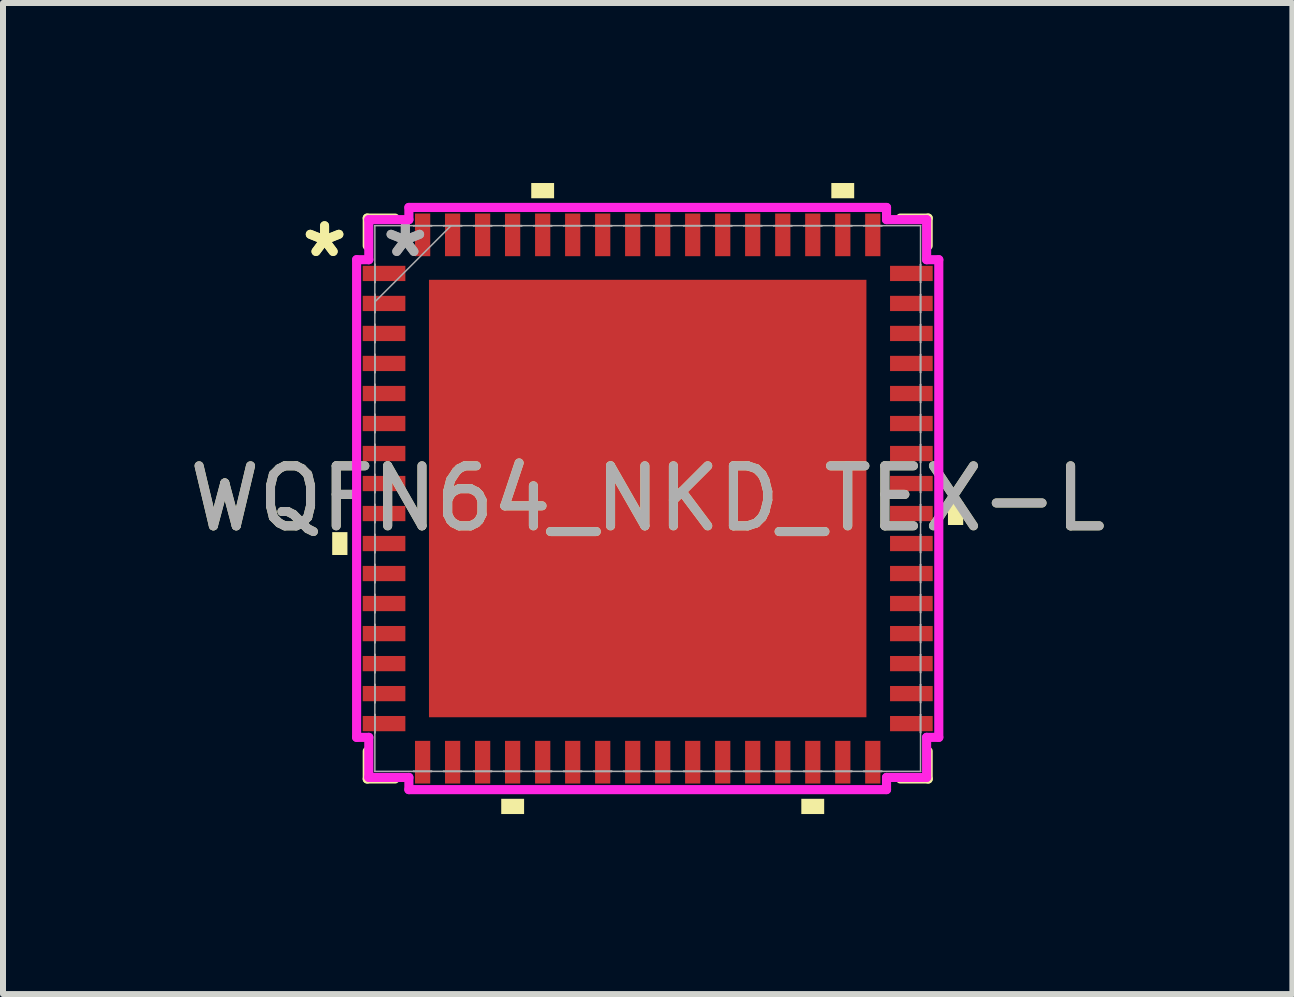
<source format=kicad_pcb>
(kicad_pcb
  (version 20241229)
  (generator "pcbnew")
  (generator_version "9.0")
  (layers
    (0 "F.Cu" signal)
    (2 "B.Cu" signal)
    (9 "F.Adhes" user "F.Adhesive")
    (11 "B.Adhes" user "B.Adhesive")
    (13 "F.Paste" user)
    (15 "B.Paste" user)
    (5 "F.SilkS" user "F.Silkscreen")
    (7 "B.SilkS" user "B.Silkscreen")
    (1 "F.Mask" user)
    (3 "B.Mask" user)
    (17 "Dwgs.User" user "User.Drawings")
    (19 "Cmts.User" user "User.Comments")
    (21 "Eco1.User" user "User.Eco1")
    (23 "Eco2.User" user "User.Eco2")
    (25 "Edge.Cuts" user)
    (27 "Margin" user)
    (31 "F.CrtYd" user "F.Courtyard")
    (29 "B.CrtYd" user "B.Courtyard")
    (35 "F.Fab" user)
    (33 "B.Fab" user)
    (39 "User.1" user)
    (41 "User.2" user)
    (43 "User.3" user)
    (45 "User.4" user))
  (footprint "WQFN64_NKD_TEX-L"
    (layer "F.Cu")
    (at 7.744 5.258)
    (property "Reference" "WQFN64_NKD_TEX-L" (at 0 0 0) (unlocked yes) (layer "F.SilkS") (effects (font (size 1 1) (thickness 0.15))))
    (attr smd)
    (fp_line (start -4.674 -4.674) (end -4.674 -4.211) (stroke (width 0.152) (type solid)) (layer "F.SilkS"))
    (fp_line (start -4.674 4.211) (end -4.674 4.674) (stroke (width 0.152) (type solid)) (layer "F.SilkS"))
    (fp_line (start -4.674 4.674) (end -4.211 4.674) (stroke (width 0.152) (type solid)) (layer "F.SilkS"))
    (fp_line (start -4.211 -4.674) (end -4.674 -4.674) (stroke (width 0.152) (type solid)) (layer "F.SilkS"))
    (fp_line (start 4.211 4.674) (end 4.674 4.674) (stroke (width 0.152) (type solid)) (layer "F.SilkS"))
    (fp_line (start 4.674 -4.674) (end 4.211 -4.674) (stroke (width 0.152) (type solid)) (layer "F.SilkS"))
    (fp_line (start 4.674 -4.211) (end 4.674 -4.674) (stroke (width 0.152) (type solid)) (layer "F.SilkS"))
    (fp_line (start 4.674 4.674) (end 4.674 4.211) (stroke (width 0.152) (type solid)) (layer "F.SilkS"))
    (fp_poly (pts (xy -5.258 0.56) (xy -5.258 0.941) (xy -5.004 0.941) (xy -5.004 0.56)) (stroke (width 0) (type solid)) (fill yes) (layer "F.SilkS"))
    (fp_poly (pts (xy -2.441 5.004) (xy -2.441 5.258) (xy -2.06 5.258) (xy -2.06 5.004)) (stroke (width 0) (type solid)) (fill yes) (layer "F.SilkS"))
    (fp_poly (pts (xy -1.941 -5.004) (xy -1.941 -5.258) (xy -1.56 -5.258) (xy -1.56 -5.004)) (stroke (width 0) (type solid)) (fill yes) (layer "F.SilkS"))
    (fp_poly (pts (xy 2.56 5.004) (xy 2.56 5.258) (xy 2.941 5.258) (xy 2.941 5.004)) (stroke (width 0) (type solid)) (fill yes) (layer "F.SilkS"))
    (fp_poly (pts (xy 3.06 -5.004) (xy 3.06 -5.258) (xy 3.441 -5.258) (xy 3.441 -5.004)) (stroke (width 0) (type solid)) (fill yes) (layer "F.SilkS"))
    (fp_poly (pts (xy 5.258 0.06) (xy 5.258 0.441) (xy 5.004 0.441) (xy 5.004 0.06)) (stroke (width 0) (type solid)) (fill yes) (layer "F.SilkS"))
    (fp_poly (pts (xy -3.545 -3.545) (xy -3.545 -2.287) (xy -2.287 -2.287) (xy -2.287 -3.545)) (stroke (width 0) (type solid)) (fill yes) (layer "F.Paste"))
    (fp_poly (pts (xy -3.545 -2.087) (xy -3.545 -0.829) (xy -2.287 -0.829) (xy -2.287 -2.087)) (stroke (width 0) (type solid)) (fill yes) (layer "F.Paste"))
    (fp_poly (pts (xy -3.545 -0.629) (xy -3.545 0.629) (xy -2.287 0.629) (xy -2.287 -0.629)) (stroke (width 0) (type solid)) (fill yes) (layer "F.Paste"))
    (fp_poly (pts (xy -3.545 0.829) (xy -3.545 2.087) (xy -2.287 2.087) (xy -2.287 0.829)) (stroke (width 0) (type solid)) (fill yes) (layer "F.Paste"))
    (fp_poly (pts (xy -3.545 2.287) (xy -3.545 3.545) (xy -2.287 3.545) (xy -2.287 2.287)) (stroke (width 0) (type solid)) (fill yes) (layer "F.Paste"))
    (fp_poly (pts (xy -2.087 -3.545) (xy -2.087 -2.287) (xy -0.829 -2.287) (xy -0.829 -3.545)) (stroke (width 0) (type solid)) (fill yes) (layer "F.Paste"))
    (fp_poly (pts (xy -2.087 -2.087) (xy -2.087 -0.829) (xy -0.829 -0.829) (xy -0.829 -2.087)) (stroke (width 0) (type solid)) (fill yes) (layer "F.Paste"))
    (fp_poly (pts (xy -2.087 -0.629) (xy -2.087 0.629) (xy -0.829 0.629) (xy -0.829 -0.629)) (stroke (width 0) (type solid)) (fill yes) (layer "F.Paste"))
    (fp_poly (pts (xy -2.087 0.829) (xy -2.087 2.087) (xy -0.829 2.087) (xy -0.829 0.829)) (stroke (width 0) (type solid)) (fill yes) (layer "F.Paste"))
    (fp_poly (pts (xy -2.087 2.287) (xy -2.087 3.545) (xy -0.829 3.545) (xy -0.829 2.287)) (stroke (width 0) (type solid)) (fill yes) (layer "F.Paste"))
    (fp_poly (pts (xy -0.629 -3.545) (xy -0.629 -2.287) (xy 0.629 -2.287) (xy 0.629 -3.545)) (stroke (width 0) (type solid)) (fill yes) (layer "F.Paste"))
    (fp_poly (pts (xy -0.629 -2.087) (xy -0.629 -0.829) (xy 0.629 -0.829) (xy 0.629 -2.087)) (stroke (width 0) (type solid)) (fill yes) (layer "F.Paste"))
    (fp_poly (pts (xy -0.629 -0.629) (xy -0.629 0.629) (xy 0.629 0.629) (xy 0.629 -0.629)) (stroke (width 0) (type solid)) (fill yes) (layer "F.Paste"))
    (fp_poly (pts (xy -0.629 0.829) (xy -0.629 2.087) (xy 0.629 2.087) (xy 0.629 0.829)) (stroke (width 0) (type solid)) (fill yes) (layer "F.Paste"))
    (fp_poly (pts (xy -0.629 2.287) (xy -0.629 3.545) (xy 0.629 3.545) (xy 0.629 2.287)) (stroke (width 0) (type solid)) (fill yes) (layer "F.Paste"))
    (fp_poly (pts (xy 0.829 -3.545) (xy 0.829 -2.287) (xy 2.087 -2.287) (xy 2.087 -3.545)) (stroke (width 0) (type solid)) (fill yes) (layer "F.Paste"))
    (fp_poly (pts (xy 0.829 -2.087) (xy 0.829 -0.829) (xy 2.087 -0.829) (xy 2.087 -2.087)) (stroke (width 0) (type solid)) (fill yes) (layer "F.Paste"))
    (fp_poly (pts (xy 0.829 -0.629) (xy 0.829 0.629) (xy 2.087 0.629) (xy 2.087 -0.629)) (stroke (width 0) (type solid)) (fill yes) (layer "F.Paste"))
    (fp_poly (pts (xy 0.829 0.829) (xy 0.829 2.087) (xy 2.087 2.087) (xy 2.087 0.829)) (stroke (width 0) (type solid)) (fill yes) (layer "F.Paste"))
    (fp_poly (pts (xy 0.829 2.287) (xy 0.829 3.545) (xy 2.087 3.545) (xy 2.087 2.287)) (stroke (width 0) (type solid)) (fill yes) (layer "F.Paste"))
    (fp_poly (pts (xy 2.287 -3.545) (xy 2.287 -2.287) (xy 3.545 -2.287) (xy 3.545 -3.545)) (stroke (width 0) (type solid)) (fill yes) (layer "F.Paste"))
    (fp_poly (pts (xy 2.287 -2.087) (xy 2.287 -0.829) (xy 3.545 -0.829) (xy 3.545 -2.087)) (stroke (width 0) (type solid)) (fill yes) (layer "F.Paste"))
    (fp_poly (pts (xy 2.287 -0.629) (xy 2.287 0.629) (xy 3.545 0.629) (xy 3.545 -0.629)) (stroke (width 0) (type solid)) (fill yes) (layer "F.Paste"))
    (fp_poly (pts (xy 2.287 0.829) (xy 2.287 2.087) (xy 3.545 2.087) (xy 3.545 0.829)) (stroke (width 0) (type solid)) (fill yes) (layer "F.Paste"))
    (fp_poly (pts (xy 2.287 2.287) (xy 2.287 3.545) (xy 3.545 3.545) (xy 3.545 2.287)) (stroke (width 0) (type solid)) (fill yes) (layer "F.Paste"))
    (fp_line (start -4.851 -3.98) (end -4.648 -3.98) (stroke (width 0.152) (type solid)) (layer "F.CrtYd"))
    (fp_line (start -4.851 3.98) (end -4.851 -3.98) (stroke (width 0.152) (type solid)) (layer "F.CrtYd"))
    (fp_line (start -4.648 -4.648) (end -3.98 -4.648) (stroke (width 0.152) (type solid)) (layer "F.CrtYd"))
    (fp_line (start -4.648 -3.98) (end -4.648 -4.648) (stroke (width 0.152) (type solid)) (layer "F.CrtYd"))
    (fp_line (start -4.648 3.98) (end -4.851 3.98) (stroke (width 0.152) (type solid)) (layer "F.CrtYd"))
    (fp_line (start -4.648 4.648) (end -4.648 3.98) (stroke (width 0.152) (type solid)) (layer "F.CrtYd"))
    (fp_line (start -3.98 -4.851) (end 3.98 -4.851) (stroke (width 0.152) (type solid)) (layer "F.CrtYd"))
    (fp_line (start -3.98 -4.648) (end -3.98 -4.851) (stroke (width 0.152) (type solid)) (layer "F.CrtYd"))
    (fp_line (start -3.98 4.648) (end -4.648 4.648) (stroke (width 0.152) (type solid)) (layer "F.CrtYd"))
    (fp_line (start -3.98 4.851) (end -3.98 4.648) (stroke (width 0.152) (type solid)) (layer "F.CrtYd"))
    (fp_line (start 3.98 -4.851) (end 3.98 -4.648) (stroke (width 0.152) (type solid)) (layer "F.CrtYd"))
    (fp_line (start 3.98 -4.648) (end 4.648 -4.648) (stroke (width 0.152) (type solid)) (layer "F.CrtYd"))
    (fp_line (start 3.98 4.648) (end 3.98 4.851) (stroke (width 0.152) (type solid)) (layer "F.CrtYd"))
    (fp_line (start 3.98 4.851) (end -3.98 4.851) (stroke (width 0.152) (type solid)) (layer "F.CrtYd"))
    (fp_line (start 4.648 -4.648) (end 4.648 -3.98) (stroke (width 0.152) (type solid)) (layer "F.CrtYd"))
    (fp_line (start 4.648 -3.98) (end 4.851 -3.98) (stroke (width 0.152) (type solid)) (layer "F.CrtYd"))
    (fp_line (start 4.648 3.98) (end 4.648 4.648) (stroke (width 0.152) (type solid)) (layer "F.CrtYd"))
    (fp_line (start 4.648 4.648) (end 3.98 4.648) (stroke (width 0.152) (type solid)) (layer "F.CrtYd"))
    (fp_line (start 4.851 -3.98) (end 4.851 3.98) (stroke (width 0.152) (type solid)) (layer "F.CrtYd"))
    (fp_line (start 4.851 3.98) (end 4.648 3.98) (stroke (width 0.152) (type solid)) (layer "F.CrtYd"))
    (fp_line (start -4.547 -4.547) (end -4.547 -4.547) (stroke (width 0.025) (type solid)) (layer "F.Fab"))
    (fp_line (start -4.547 -4.547) (end -4.547 4.547) (stroke (width 0.025) (type solid)) (layer "F.Fab"))
    (fp_line (start -4.547 -3.903) (end -4.547 -3.903) (stroke (width 0.025) (type solid)) (layer "F.Fab"))
    (fp_line (start -4.547 -3.903) (end -4.547 -3.599) (stroke (width 0.025) (type solid)) (layer "F.Fab"))
    (fp_line (start -4.547 -3.599) (end -4.547 -3.903) (stroke (width 0.025) (type solid)) (layer "F.Fab"))
    (fp_line (start -4.547 -3.599) (end -4.547 -3.599) (stroke (width 0.025) (type solid)) (layer "F.Fab"))
    (fp_line (start -4.547 -3.403) (end -4.547 -3.403) (stroke (width 0.025) (type solid)) (layer "F.Fab"))
    (fp_line (start -4.547 -3.403) (end -4.547 -3.098) (stroke (width 0.025) (type solid)) (layer "F.Fab"))
    (fp_line (start -4.547 -3.277) (end -3.277 -4.547) (stroke (width 0.025) (type solid)) (layer "F.Fab"))
    (fp_line (start -4.547 -3.098) (end -4.547 -3.403) (stroke (width 0.025) (type solid)) (layer "F.Fab"))
    (fp_line (start -4.547 -3.098) (end -4.547 -3.098) (stroke (width 0.025) (type solid)) (layer "F.Fab"))
    (fp_line (start -4.547 -2.903) (end -4.547 -2.903) (stroke (width 0.025) (type solid)) (layer "F.Fab"))
    (fp_line (start -4.547 -2.903) (end -4.547 -2.598) (stroke (width 0.025) (type solid)) (layer "F.Fab"))
    (fp_line (start -4.547 -2.598) (end -4.547 -2.903) (stroke (width 0.025) (type solid)) (layer "F.Fab"))
    (fp_line (start -4.547 -2.598) (end -4.547 -2.598) (stroke (width 0.025) (type solid)) (layer "F.Fab"))
    (fp_line (start -4.547 -2.403) (end -4.547 -2.403) (stroke (width 0.025) (type solid)) (layer "F.Fab"))
    (fp_line (start -4.547 -2.403) (end -4.547 -2.098) (stroke (width 0.025) (type solid)) (layer "F.Fab"))
    (fp_line (start -4.547 -2.098) (end -4.547 -2.403) (stroke (width 0.025) (type solid)) (layer "F.Fab"))
    (fp_line (start -4.547 -2.098) (end -4.547 -2.098) (stroke (width 0.025) (type solid)) (layer "F.Fab"))
    (fp_line (start -4.547 -1.903) (end -4.547 -1.903) (stroke (width 0.025) (type solid)) (layer "F.Fab"))
    (fp_line (start -4.547 -1.903) (end -4.547 -1.598) (stroke (width 0.025) (type solid)) (layer "F.Fab"))
    (fp_line (start -4.547 -1.598) (end -4.547 -1.903) (stroke (width 0.025) (type solid)) (layer "F.Fab"))
    (fp_line (start -4.547 -1.598) (end -4.547 -1.598) (stroke (width 0.025) (type solid)) (layer "F.Fab"))
    (fp_line (start -4.547 -1.403) (end -4.547 -1.403) (stroke (width 0.025) (type solid)) (layer "F.Fab"))
    (fp_line (start -4.547 -1.403) (end -4.547 -1.098) (stroke (width 0.025) (type solid)) (layer "F.Fab"))
    (fp_line (start -4.547 -1.098) (end -4.547 -1.403) (stroke (width 0.025) (type solid)) (layer "F.Fab"))
    (fp_line (start -4.547 -1.098) (end -4.547 -1.098) (stroke (width 0.025) (type solid)) (layer "F.Fab"))
    (fp_line (start -4.547 -0.903) (end -4.547 -0.903) (stroke (width 0.025) (type solid)) (layer "F.Fab"))
    (fp_line (start -4.547 -0.903) (end -4.547 -0.598) (stroke (width 0.025) (type solid)) (layer "F.Fab"))
    (fp_line (start -4.547 -0.598) (end -4.547 -0.903) (stroke (width 0.025) (type solid)) (layer "F.Fab"))
    (fp_line (start -4.547 -0.598) (end -4.547 -0.598) (stroke (width 0.025) (type solid)) (layer "F.Fab"))
    (fp_line (start -4.547 -0.402) (end -4.547 -0.402) (stroke (width 0.025) (type solid)) (layer "F.Fab"))
    (fp_line (start -4.547 -0.402) (end -4.547 -0.098) (stroke (width 0.025) (type solid)) (layer "F.Fab"))
    (fp_line (start -4.547 -0.098) (end -4.547 -0.402) (stroke (width 0.025) (type solid)) (layer "F.Fab"))
    (fp_line (start -4.547 -0.098) (end -4.547 -0.098) (stroke (width 0.025) (type solid)) (layer "F.Fab"))
    (fp_line (start -4.547 0.098) (end -4.547 0.098) (stroke (width 0.025) (type solid)) (layer "F.Fab"))
    (fp_line (start -4.547 0.098) (end -4.547 0.402) (stroke (width 0.025) (type solid)) (layer "F.Fab"))
    (fp_line (start -4.547 0.402) (end -4.547 0.098) (stroke (width 0.025) (type solid)) (layer "F.Fab"))
    (fp_line (start -4.547 0.402) (end -4.547 0.402) (stroke (width 0.025) (type solid)) (layer "F.Fab"))
    (fp_line (start -4.547 0.598) (end -4.547 0.598) (stroke (width 0.025) (type solid)) (layer "F.Fab"))
    (fp_line (start -4.547 0.598) (end -4.547 0.903) (stroke (width 0.025) (type solid)) (layer "F.Fab"))
    (fp_line (start -4.547 0.903) (end -4.547 0.598) (stroke (width 0.025) (type solid)) (layer "F.Fab"))
    (fp_line (start -4.547 0.903) (end -4.547 0.903) (stroke (width 0.025) (type solid)) (layer "F.Fab"))
    (fp_line (start -4.547 1.098) (end -4.547 1.098) (stroke (width 0.025) (type solid)) (layer "F.Fab"))
    (fp_line (start -4.547 1.098) (end -4.547 1.403) (stroke (width 0.025) (type solid)) (layer "F.Fab"))
    (fp_line (start -4.547 1.403) (end -4.547 1.098) (stroke (width 0.025) (type solid)) (layer "F.Fab"))
    (fp_line (start -4.547 1.403) (end -4.547 1.403) (stroke (width 0.025) (type solid)) (layer "F.Fab"))
    (fp_line (start -4.547 1.598) (end -4.547 1.598) (stroke (width 0.025) (type solid)) (layer "F.Fab"))
    (fp_line (start -4.547 1.598) (end -4.547 1.903) (stroke (width 0.025) (type solid)) (layer "F.Fab"))
    (fp_line (start -4.547 1.903) (end -4.547 1.598) (stroke (width 0.025) (type solid)) (layer "F.Fab"))
    (fp_line (start -4.547 1.903) (end -4.547 1.903) (stroke (width 0.025) (type solid)) (layer "F.Fab"))
    (fp_line (start -4.547 2.098) (end -4.547 2.098) (stroke (width 0.025) (type solid)) (layer "F.Fab"))
    (fp_line (start -4.547 2.098) (end -4.547 2.403) (stroke (width 0.025) (type solid)) (layer "F.Fab"))
    (fp_line (start -4.547 2.403) (end -4.547 2.098) (stroke (width 0.025) (type solid)) (layer "F.Fab"))
    (fp_line (start -4.547 2.403) (end -4.547 2.403) (stroke (width 0.025) (type solid)) (layer "F.Fab"))
    (fp_line (start -4.547 2.598) (end -4.547 2.598) (stroke (width 0.025) (type solid)) (layer "F.Fab"))
    (fp_line (start -4.547 2.598) (end -4.547 2.903) (stroke (width 0.025) (type solid)) (layer "F.Fab"))
    (fp_line (start -4.547 2.903) (end -4.547 2.598) (stroke (width 0.025) (type solid)) (layer "F.Fab"))
    (fp_line (start -4.547 2.903) (end -4.547 2.903) (stroke (width 0.025) (type solid)) (layer "F.Fab"))
    (fp_line (start -4.547 3.098) (end -4.547 3.098) (stroke (width 0.025) (type solid)) (layer "F.Fab"))
    (fp_line (start -4.547 3.098) (end -4.547 3.403) (stroke (width 0.025) (type solid)) (layer "F.Fab"))
    (fp_line (start -4.547 3.403) (end -4.547 3.098) (stroke (width 0.025) (type solid)) (layer "F.Fab"))
    (fp_line (start -4.547 3.403) (end -4.547 3.403) (stroke (width 0.025) (type solid)) (layer "F.Fab"))
    (fp_line (start -4.547 3.599) (end -4.547 3.599) (stroke (width 0.025) (type solid)) (layer "F.Fab"))
    (fp_line (start -4.547 3.599) (end -4.547 3.903) (stroke (width 0.025) (type solid)) (layer "F.Fab"))
    (fp_line (start -4.547 3.903) (end -4.547 3.599) (stroke (width 0.025) (type solid)) (layer "F.Fab"))
    (fp_line (start -4.547 3.903) (end -4.547 3.903) (stroke (width 0.025) (type solid)) (layer "F.Fab"))
    (fp_line (start -4.547 4.547) (end -4.547 4.547) (stroke (width 0.025) (type solid)) (layer "F.Fab"))
    (fp_line (start -4.547 4.547) (end 4.547 4.547) (stroke (width 0.025) (type solid)) (layer "F.Fab"))
    (fp_line (start -3.903 -4.547) (end -3.903 -4.547) (stroke (width 0.025) (type solid)) (layer "F.Fab"))
    (fp_line (start -3.903 -4.547) (end -3.599 -4.547) (stroke (width 0.025) (type solid)) (layer "F.Fab"))
    (fp_line (start -3.903 4.547) (end -3.903 4.547) (stroke (width 0.025) (type solid)) (layer "F.Fab"))
    (fp_line (start -3.903 4.547) (end -3.599 4.547) (stroke (width 0.025) (type solid)) (layer "F.Fab"))
    (fp_line (start -3.599 -4.547) (end -3.903 -4.547) (stroke (width 0.025) (type solid)) (layer "F.Fab"))
    (fp_line (start -3.599 -4.547) (end -3.599 -4.547) (stroke (width 0.025) (type solid)) (layer "F.Fab"))
    (fp_line (start -3.599 4.547) (end -3.903 4.547) (stroke (width 0.025) (type solid)) (layer "F.Fab"))
    (fp_line (start -3.599 4.547) (end -3.599 4.547) (stroke (width 0.025) (type solid)) (layer "F.Fab"))
    (fp_line (start -3.403 -4.547) (end -3.403 -4.547) (stroke (width 0.025) (type solid)) (layer "F.Fab"))
    (fp_line (start -3.403 -4.547) (end -3.098 -4.547) (stroke (width 0.025) (type solid)) (layer "F.Fab"))
    (fp_line (start -3.403 4.547) (end -3.403 4.547) (stroke (width 0.025) (type solid)) (layer "F.Fab"))
    (fp_line (start -3.403 4.547) (end -3.098 4.547) (stroke (width 0.025) (type solid)) (layer "F.Fab"))
    (fp_line (start -3.098 -4.547) (end -3.403 -4.547) (stroke (width 0.025) (type solid)) (layer "F.Fab"))
    (fp_line (start -3.098 -4.547) (end -3.098 -4.547) (stroke (width 0.025) (type solid)) (layer "F.Fab"))
    (fp_line (start -3.098 4.547) (end -3.403 4.547) (stroke (width 0.025) (type solid)) (layer "F.Fab"))
    (fp_line (start -3.098 4.547) (end -3.098 4.547) (stroke (width 0.025) (type solid)) (layer "F.Fab"))
    (fp_line (start -2.903 -4.547) (end -2.903 -4.547) (stroke (width 0.025) (type solid)) (layer "F.Fab"))
    (fp_line (start -2.903 -4.547) (end -2.598 -4.547) (stroke (width 0.025) (type solid)) (layer "F.Fab"))
    (fp_line (start -2.903 4.547) (end -2.903 4.547) (stroke (width 0.025) (type solid)) (layer "F.Fab"))
    (fp_line (start -2.903 4.547) (end -2.598 4.547) (stroke (width 0.025) (type solid)) (layer "F.Fab"))
    (fp_line (start -2.598 -4.547) (end -2.903 -4.547) (stroke (width 0.025) (type solid)) (layer "F.Fab"))
    (fp_line (start -2.598 -4.547) (end -2.598 -4.547) (stroke (width 0.025) (type solid)) (layer "F.Fab"))
    (fp_line (start -2.598 4.547) (end -2.903 4.547) (stroke (width 0.025) (type solid)) (layer "F.Fab"))
    (fp_line (start -2.598 4.547) (end -2.598 4.547) (stroke (width 0.025) (type solid)) (layer "F.Fab"))
    (fp_line (start -2.403 -4.547) (end -2.403 -4.547) (stroke (width 0.025) (type solid)) (layer "F.Fab"))
    (fp_line (start -2.403 -4.547) (end -2.098 -4.547) (stroke (width 0.025) (type solid)) (layer "F.Fab"))
    (fp_line (start -2.403 4.547) (end -2.403 4.547) (stroke (width 0.025) (type solid)) (layer "F.Fab"))
    (fp_line (start -2.403 4.547) (end -2.098 4.547) (stroke (width 0.025) (type solid)) (layer "F.Fab"))
    (fp_line (start -2.098 -4.547) (end -2.403 -4.547) (stroke (width 0.025) (type solid)) (layer "F.Fab"))
    (fp_line (start -2.098 -4.547) (end -2.098 -4.547) (stroke (width 0.025) (type solid)) (layer "F.Fab"))
    (fp_line (start -2.098 4.547) (end -2.403 4.547) (stroke (width 0.025) (type solid)) (layer "F.Fab"))
    (fp_line (start -2.098 4.547) (end -2.098 4.547) (stroke (width 0.025) (type solid)) (layer "F.Fab"))
    (fp_line (start -1.903 -4.547) (end -1.903 -4.547) (stroke (width 0.025) (type solid)) (layer "F.Fab"))
    (fp_line (start -1.903 -4.547) (end -1.598 -4.547) (stroke (width 0.025) (type solid)) (layer "F.Fab"))
    (fp_line (start -1.903 4.547) (end -1.903 4.547) (stroke (width 0.025) (type solid)) (layer "F.Fab"))
    (fp_line (start -1.903 4.547) (end -1.598 4.547) (stroke (width 0.025) (type solid)) (layer "F.Fab"))
    (fp_line (start -1.598 -4.547) (end -1.903 -4.547) (stroke (width 0.025) (type solid)) (layer "F.Fab"))
    (fp_line (start -1.598 -4.547) (end -1.598 -4.547) (stroke (width 0.025) (type solid)) (layer "F.Fab"))
    (fp_line (start -1.598 4.547) (end -1.903 4.547) (stroke (width 0.025) (type solid)) (layer "F.Fab"))
    (fp_line (start -1.598 4.547) (end -1.598 4.547) (stroke (width 0.025) (type solid)) (layer "F.Fab"))
    (fp_line (start -1.403 -4.547) (end -1.403 -4.547) (stroke (width 0.025) (type solid)) (layer "F.Fab"))
    (fp_line (start -1.403 -4.547) (end -1.098 -4.547) (stroke (width 0.025) (type solid)) (layer "F.Fab"))
    (fp_line (start -1.403 4.547) (end -1.403 4.547) (stroke (width 0.025) (type solid)) (layer "F.Fab"))
    (fp_line (start -1.403 4.547) (end -1.098 4.547) (stroke (width 0.025) (type solid)) (layer "F.Fab"))
    (fp_line (start -1.098 -4.547) (end -1.403 -4.547) (stroke (width 0.025) (type solid)) (layer "F.Fab"))
    (fp_line (start -1.098 -4.547) (end -1.098 -4.547) (stroke (width 0.025) (type solid)) (layer "F.Fab"))
    (fp_line (start -1.098 4.547) (end -1.403 4.547) (stroke (width 0.025) (type solid)) (layer "F.Fab"))
    (fp_line (start -1.098 4.547) (end -1.098 4.547) (stroke (width 0.025) (type solid)) (layer "F.Fab"))
    (fp_line (start -0.903 -4.547) (end -0.903 -4.547) (stroke (width 0.025) (type solid)) (layer "F.Fab"))
    (fp_line (start -0.903 -4.547) (end -0.598 -4.547) (stroke (width 0.025) (type solid)) (layer "F.Fab"))
    (fp_line (start -0.903 4.547) (end -0.903 4.547) (stroke (width 0.025) (type solid)) (layer "F.Fab"))
    (fp_line (start -0.903 4.547) (end -0.598 4.547) (stroke (width 0.025) (type solid)) (layer "F.Fab"))
    (fp_line (start -0.598 -4.547) (end -0.903 -4.547) (stroke (width 0.025) (type solid)) (layer "F.Fab"))
    (fp_line (start -0.598 -4.547) (end -0.598 -4.547) (stroke (width 0.025) (type solid)) (layer "F.Fab"))
    (fp_line (start -0.598 4.547) (end -0.903 4.547) (stroke (width 0.025) (type solid)) (layer "F.Fab"))
    (fp_line (start -0.598 4.547) (end -0.598 4.547) (stroke (width 0.025) (type solid)) (layer "F.Fab"))
    (fp_line (start -0.402 -4.547) (end -0.402 -4.547) (stroke (width 0.025) (type solid)) (layer "F.Fab"))
    (fp_line (start -0.402 -4.547) (end -0.098 -4.547) (stroke (width 0.025) (type solid)) (layer "F.Fab"))
    (fp_line (start -0.402 4.547) (end -0.402 4.547) (stroke (width 0.025) (type solid)) (layer "F.Fab"))
    (fp_line (start -0.402 4.547) (end -0.098 4.547) (stroke (width 0.025) (type solid)) (layer "F.Fab"))
    (fp_line (start -0.098 -4.547) (end -0.402 -4.547) (stroke (width 0.025) (type solid)) (layer "F.Fab"))
    (fp_line (start -0.098 -4.547) (end -0.098 -4.547) (stroke (width 0.025) (type solid)) (layer "F.Fab"))
    (fp_line (start -0.098 4.547) (end -0.402 4.547) (stroke (width 0.025) (type solid)) (layer "F.Fab"))
    (fp_line (start -0.098 4.547) (end -0.098 4.547) (stroke (width 0.025) (type solid)) (layer "F.Fab"))
    (fp_line (start 0.098 -4.547) (end 0.098 -4.547) (stroke (width 0.025) (type solid)) (layer "F.Fab"))
    (fp_line (start 0.098 -4.547) (end 0.402 -4.547) (stroke (width 0.025) (type solid)) (layer "F.Fab"))
    (fp_line (start 0.098 4.547) (end 0.098 4.547) (stroke (width 0.025) (type solid)) (layer "F.Fab"))
    (fp_line (start 0.098 4.547) (end 0.402 4.547) (stroke (width 0.025) (type solid)) (layer "F.Fab"))
    (fp_line (start 0.402 -4.547) (end 0.098 -4.547) (stroke (width 0.025) (type solid)) (layer "F.Fab"))
    (fp_line (start 0.402 -4.547) (end 0.402 -4.547) (stroke (width 0.025) (type solid)) (layer "F.Fab"))
    (fp_line (start 0.402 4.547) (end 0.098 4.547) (stroke (width 0.025) (type solid)) (layer "F.Fab"))
    (fp_line (start 0.402 4.547) (end 0.402 4.547) (stroke (width 0.025) (type solid)) (layer "F.Fab"))
    (fp_line (start 0.598 -4.547) (end 0.598 -4.547) (stroke (width 0.025) (type solid)) (layer "F.Fab"))
    (fp_line (start 0.598 -4.547) (end 0.903 -4.547) (stroke (width 0.025) (type solid)) (layer "F.Fab"))
    (fp_line (start 0.598 4.547) (end 0.598 4.547) (stroke (width 0.025) (type solid)) (layer "F.Fab"))
    (fp_line (start 0.598 4.547) (end 0.903 4.547) (stroke (width 0.025) (type solid)) (layer "F.Fab"))
    (fp_line (start 0.903 -4.547) (end 0.598 -4.547) (stroke (width 0.025) (type solid)) (layer "F.Fab"))
    (fp_line (start 0.903 -4.547) (end 0.903 -4.547) (stroke (width 0.025) (type solid)) (layer "F.Fab"))
    (fp_line (start 0.903 4.547) (end 0.598 4.547) (stroke (width 0.025) (type solid)) (layer "F.Fab"))
    (fp_line (start 0.903 4.547) (end 0.903 4.547) (stroke (width 0.025) (type solid)) (layer "F.Fab"))
    (fp_line (start 1.098 -4.547) (end 1.098 -4.547) (stroke (width 0.025) (type solid)) (layer "F.Fab"))
    (fp_line (start 1.098 -4.547) (end 1.403 -4.547) (stroke (width 0.025) (type solid)) (layer "F.Fab"))
    (fp_line (start 1.098 4.547) (end 1.098 4.547) (stroke (width 0.025) (type solid)) (layer "F.Fab"))
    (fp_line (start 1.098 4.547) (end 1.403 4.547) (stroke (width 0.025) (type solid)) (layer "F.Fab"))
    (fp_line (start 1.403 -4.547) (end 1.098 -4.547) (stroke (width 0.025) (type solid)) (layer "F.Fab"))
    (fp_line (start 1.403 -4.547) (end 1.403 -4.547) (stroke (width 0.025) (type solid)) (layer "F.Fab"))
    (fp_line (start 1.403 4.547) (end 1.098 4.547) (stroke (width 0.025) (type solid)) (layer "F.Fab"))
    (fp_line (start 1.403 4.547) (end 1.403 4.547) (stroke (width 0.025) (type solid)) (layer "F.Fab"))
    (fp_line (start 1.598 -4.547) (end 1.598 -4.547) (stroke (width 0.025) (type solid)) (layer "F.Fab"))
    (fp_line (start 1.598 -4.547) (end 1.903 -4.547) (stroke (width 0.025) (type solid)) (layer "F.Fab"))
    (fp_line (start 1.598 4.547) (end 1.598 4.547) (stroke (width 0.025) (type solid)) (layer "F.Fab"))
    (fp_line (start 1.598 4.547) (end 1.903 4.547) (stroke (width 0.025) (type solid)) (layer "F.Fab"))
    (fp_line (start 1.903 -4.547) (end 1.598 -4.547) (stroke (width 0.025) (type solid)) (layer "F.Fab"))
    (fp_line (start 1.903 -4.547) (end 1.903 -4.547) (stroke (width 0.025) (type solid)) (layer "F.Fab"))
    (fp_line (start 1.903 4.547) (end 1.598 4.547) (stroke (width 0.025) (type solid)) (layer "F.Fab"))
    (fp_line (start 1.903 4.547) (end 1.903 4.547) (stroke (width 0.025) (type solid)) (layer "F.Fab"))
    (fp_line (start 2.098 -4.547) (end 2.098 -4.547) (stroke (width 0.025) (type solid)) (layer "F.Fab"))
    (fp_line (start 2.098 -4.547) (end 2.403 -4.547) (stroke (width 0.025) (type solid)) (layer "F.Fab"))
    (fp_line (start 2.098 4.547) (end 2.098 4.547) (stroke (width 0.025) (type solid)) (layer "F.Fab"))
    (fp_line (start 2.098 4.547) (end 2.403 4.547) (stroke (width 0.025) (type solid)) (layer "F.Fab"))
    (fp_line (start 2.403 -4.547) (end 2.098 -4.547) (stroke (width 0.025) (type solid)) (layer "F.Fab"))
    (fp_line (start 2.403 -4.547) (end 2.403 -4.547) (stroke (width 0.025) (type solid)) (layer "F.Fab"))
    (fp_line (start 2.403 4.547) (end 2.098 4.547) (stroke (width 0.025) (type solid)) (layer "F.Fab"))
    (fp_line (start 2.403 4.547) (end 2.403 4.547) (stroke (width 0.025) (type solid)) (layer "F.Fab"))
    (fp_line (start 2.598 -4.547) (end 2.598 -4.547) (stroke (width 0.025) (type solid)) (layer "F.Fab"))
    (fp_line (start 2.598 -4.547) (end 2.903 -4.547) (stroke (width 0.025) (type solid)) (layer "F.Fab"))
    (fp_line (start 2.598 4.547) (end 2.598 4.547) (stroke (width 0.025) (type solid)) (layer "F.Fab"))
    (fp_line (start 2.598 4.547) (end 2.903 4.547) (stroke (width 0.025) (type solid)) (layer "F.Fab"))
    (fp_line (start 2.903 -4.547) (end 2.598 -4.547) (stroke (width 0.025) (type solid)) (layer "F.Fab"))
    (fp_line (start 2.903 -4.547) (end 2.903 -4.547) (stroke (width 0.025) (type solid)) (layer "F.Fab"))
    (fp_line (start 2.903 4.547) (end 2.598 4.547) (stroke (width 0.025) (type solid)) (layer "F.Fab"))
    (fp_line (start 2.903 4.547) (end 2.903 4.547) (stroke (width 0.025) (type solid)) (layer "F.Fab"))
    (fp_line (start 3.098 -4.547) (end 3.098 -4.547) (stroke (width 0.025) (type solid)) (layer "F.Fab"))
    (fp_line (start 3.098 -4.547) (end 3.403 -4.547) (stroke (width 0.025) (type solid)) (layer "F.Fab"))
    (fp_line (start 3.098 4.547) (end 3.098 4.547) (stroke (width 0.025) (type solid)) (layer "F.Fab"))
    (fp_line (start 3.098 4.547) (end 3.403 4.547) (stroke (width 0.025) (type solid)) (layer "F.Fab"))
    (fp_line (start 3.403 -4.547) (end 3.098 -4.547) (stroke (width 0.025) (type solid)) (layer "F.Fab"))
    (fp_line (start 3.403 -4.547) (end 3.403 -4.547) (stroke (width 0.025) (type solid)) (layer "F.Fab"))
    (fp_line (start 3.403 4.547) (end 3.098 4.547) (stroke (width 0.025) (type solid)) (layer "F.Fab"))
    (fp_line (start 3.403 4.547) (end 3.403 4.547) (stroke (width 0.025) (type solid)) (layer "F.Fab"))
    (fp_line (start 3.599 -4.547) (end 3.599 -4.547) (stroke (width 0.025) (type solid)) (layer "F.Fab"))
    (fp_line (start 3.599 -4.547) (end 3.903 -4.547) (stroke (width 0.025) (type solid)) (layer "F.Fab"))
    (fp_line (start 3.599 4.547) (end 3.599 4.547) (stroke (width 0.025) (type solid)) (layer "F.Fab"))
    (fp_line (start 3.599 4.547) (end 3.903 4.547) (stroke (width 0.025) (type solid)) (layer "F.Fab"))
    (fp_line (start 3.903 -4.547) (end 3.599 -4.547) (stroke (width 0.025) (type solid)) (layer "F.Fab"))
    (fp_line (start 3.903 -4.547) (end 3.903 -4.547) (stroke (width 0.025) (type solid)) (layer "F.Fab"))
    (fp_line (start 3.903 4.547) (end 3.599 4.547) (stroke (width 0.025) (type solid)) (layer "F.Fab"))
    (fp_line (start 3.903 4.547) (end 3.903 4.547) (stroke (width 0.025) (type solid)) (layer "F.Fab"))
    (fp_line (start 4.547 -4.547) (end -4.547 -4.547) (stroke (width 0.025) (type solid)) (layer "F.Fab"))
    (fp_line (start 4.547 -4.547) (end 4.547 -4.547) (stroke (width 0.025) (type solid)) (layer "F.Fab"))
    (fp_line (start 4.547 -3.903) (end 4.547 -3.903) (stroke (width 0.025) (type solid)) (layer "F.Fab"))
    (fp_line (start 4.547 -3.903) (end 4.547 -3.599) (stroke (width 0.025) (type solid)) (layer "F.Fab"))
    (fp_line (start 4.547 -3.599) (end 4.547 -3.903) (stroke (width 0.025) (type solid)) (layer "F.Fab"))
    (fp_line (start 4.547 -3.599) (end 4.547 -3.599) (stroke (width 0.025) (type solid)) (layer "F.Fab"))
    (fp_line (start 4.547 -3.403) (end 4.547 -3.403) (stroke (width 0.025) (type solid)) (layer "F.Fab"))
    (fp_line (start 4.547 -3.403) (end 4.547 -3.098) (stroke (width 0.025) (type solid)) (layer "F.Fab"))
    (fp_line (start 4.547 -3.098) (end 4.547 -3.403) (stroke (width 0.025) (type solid)) (layer "F.Fab"))
    (fp_line (start 4.547 -3.098) (end 4.547 -3.098) (stroke (width 0.025) (type solid)) (layer "F.Fab"))
    (fp_line (start 4.547 -2.903) (end 4.547 -2.903) (stroke (width 0.025) (type solid)) (layer "F.Fab"))
    (fp_line (start 4.547 -2.903) (end 4.547 -2.598) (stroke (width 0.025) (type solid)) (layer "F.Fab"))
    (fp_line (start 4.547 -2.598) (end 4.547 -2.903) (stroke (width 0.025) (type solid)) (layer "F.Fab"))
    (fp_line (start 4.547 -2.598) (end 4.547 -2.598) (stroke (width 0.025) (type solid)) (layer "F.Fab"))
    (fp_line (start 4.547 -2.403) (end 4.547 -2.403) (stroke (width 0.025) (type solid)) (layer "F.Fab"))
    (fp_line (start 4.547 -2.403) (end 4.547 -2.098) (stroke (width 0.025) (type solid)) (layer "F.Fab"))
    (fp_line (start 4.547 -2.098) (end 4.547 -2.403) (stroke (width 0.025) (type solid)) (layer "F.Fab"))
    (fp_line (start 4.547 -2.098) (end 4.547 -2.098) (stroke (width 0.025) (type solid)) (layer "F.Fab"))
    (fp_line (start 4.547 -1.903) (end 4.547 -1.903) (stroke (width 0.025) (type solid)) (layer "F.Fab"))
    (fp_line (start 4.547 -1.903) (end 4.547 -1.598) (stroke (width 0.025) (type solid)) (layer "F.Fab"))
    (fp_line (start 4.547 -1.598) (end 4.547 -1.903) (stroke (width 0.025) (type solid)) (layer "F.Fab"))
    (fp_line (start 4.547 -1.598) (end 4.547 -1.598) (stroke (width 0.025) (type solid)) (layer "F.Fab"))
    (fp_line (start 4.547 -1.403) (end 4.547 -1.403) (stroke (width 0.025) (type solid)) (layer "F.Fab"))
    (fp_line (start 4.547 -1.403) (end 4.547 -1.098) (stroke (width 0.025) (type solid)) (layer "F.Fab"))
    (fp_line (start 4.547 -1.098) (end 4.547 -1.403) (stroke (width 0.025) (type solid)) (layer "F.Fab"))
    (fp_line (start 4.547 -1.098) (end 4.547 -1.098) (stroke (width 0.025) (type solid)) (layer "F.Fab"))
    (fp_line (start 4.547 -0.903) (end 4.547 -0.903) (stroke (width 0.025) (type solid)) (layer "F.Fab"))
    (fp_line (start 4.547 -0.903) (end 4.547 -0.598) (stroke (width 0.025) (type solid)) (layer "F.Fab"))
    (fp_line (start 4.547 -0.598) (end 4.547 -0.903) (stroke (width 0.025) (type solid)) (layer "F.Fab"))
    (fp_line (start 4.547 -0.598) (end 4.547 -0.598) (stroke (width 0.025) (type solid)) (layer "F.Fab"))
    (fp_line (start 4.547 -0.402) (end 4.547 -0.402) (stroke (width 0.025) (type solid)) (layer "F.Fab"))
    (fp_line (start 4.547 -0.402) (end 4.547 -0.098) (stroke (width 0.025) (type solid)) (layer "F.Fab"))
    (fp_line (start 4.547 -0.098) (end 4.547 -0.402) (stroke (width 0.025) (type solid)) (layer "F.Fab"))
    (fp_line (start 4.547 -0.098) (end 4.547 -0.098) (stroke (width 0.025) (type solid)) (layer "F.Fab"))
    (fp_line (start 4.547 0.098) (end 4.547 0.098) (stroke (width 0.025) (type solid)) (layer "F.Fab"))
    (fp_line (start 4.547 0.098) (end 4.547 0.402) (stroke (width 0.025) (type solid)) (layer "F.Fab"))
    (fp_line (start 4.547 0.402) (end 4.547 0.098) (stroke (width 0.025) (type solid)) (layer "F.Fab"))
    (fp_line (start 4.547 0.402) (end 4.547 0.402) (stroke (width 0.025) (type solid)) (layer "F.Fab"))
    (fp_line (start 4.547 0.598) (end 4.547 0.598) (stroke (width 0.025) (type solid)) (layer "F.Fab"))
    (fp_line (start 4.547 0.598) (end 4.547 0.903) (stroke (width 0.025) (type solid)) (layer "F.Fab"))
    (fp_line (start 4.547 0.903) (end 4.547 0.598) (stroke (width 0.025) (type solid)) (layer "F.Fab"))
    (fp_line (start 4.547 0.903) (end 4.547 0.903) (stroke (width 0.025) (type solid)) (layer "F.Fab"))
    (fp_line (start 4.547 1.098) (end 4.547 1.098) (stroke (width 0.025) (type solid)) (layer "F.Fab"))
    (fp_line (start 4.547 1.098) (end 4.547 1.403) (stroke (width 0.025) (type solid)) (layer "F.Fab"))
    (fp_line (start 4.547 1.403) (end 4.547 1.098) (stroke (width 0.025) (type solid)) (layer "F.Fab"))
    (fp_line (start 4.547 1.403) (end 4.547 1.403) (stroke (width 0.025) (type solid)) (layer "F.Fab"))
    (fp_line (start 4.547 1.598) (end 4.547 1.598) (stroke (width 0.025) (type solid)) (layer "F.Fab"))
    (fp_line (start 4.547 1.598) (end 4.547 1.903) (stroke (width 0.025) (type solid)) (layer "F.Fab"))
    (fp_line (start 4.547 1.903) (end 4.547 1.598) (stroke (width 0.025) (type solid)) (layer "F.Fab"))
    (fp_line (start 4.547 1.903) (end 4.547 1.903) (stroke (width 0.025) (type solid)) (layer "F.Fab"))
    (fp_line (start 4.547 2.098) (end 4.547 2.098) (stroke (width 0.025) (type solid)) (layer "F.Fab"))
    (fp_line (start 4.547 2.098) (end 4.547 2.403) (stroke (width 0.025) (type solid)) (layer "F.Fab"))
    (fp_line (start 4.547 2.403) (end 4.547 2.098) (stroke (width 0.025) (type solid)) (layer "F.Fab"))
    (fp_line (start 4.547 2.403) (end 4.547 2.403) (stroke (width 0.025) (type solid)) (layer "F.Fab"))
    (fp_line (start 4.547 2.598) (end 4.547 2.598) (stroke (width 0.025) (type solid)) (layer "F.Fab"))
    (fp_line (start 4.547 2.598) (end 4.547 2.903) (stroke (width 0.025) (type solid)) (layer "F.Fab"))
    (fp_line (start 4.547 2.903) (end 4.547 2.598) (stroke (width 0.025) (type solid)) (layer "F.Fab"))
    (fp_line (start 4.547 2.903) (end 4.547 2.903) (stroke (width 0.025) (type solid)) (layer "F.Fab"))
    (fp_line (start 4.547 3.098) (end 4.547 3.098) (stroke (width 0.025) (type solid)) (layer "F.Fab"))
    (fp_line (start 4.547 3.098) (end 4.547 3.403) (stroke (width 0.025) (type solid)) (layer "F.Fab"))
    (fp_line (start 4.547 3.403) (end 4.547 3.098) (stroke (width 0.025) (type solid)) (layer "F.Fab"))
    (fp_line (start 4.547 3.403) (end 4.547 3.403) (stroke (width 0.025) (type solid)) (layer "F.Fab"))
    (fp_line (start 4.547 3.599) (end 4.547 3.599) (stroke (width 0.025) (type solid)) (layer "F.Fab"))
    (fp_line (start 4.547 3.599) (end 4.547 3.903) (stroke (width 0.025) (type solid)) (layer "F.Fab"))
    (fp_line (start 4.547 3.903) (end 4.547 3.599) (stroke (width 0.025) (type solid)) (layer "F.Fab"))
    (fp_line (start 4.547 3.903) (end 4.547 3.903) (stroke (width 0.025) (type solid)) (layer "F.Fab"))
    (fp_line (start 4.547 4.547) (end 4.547 -4.547) (stroke (width 0.025) (type solid)) (layer "F.Fab"))
    (fp_line (start 4.547 4.547) (end 4.547 4.547) (stroke (width 0.025) (type solid)) (layer "F.Fab"))
    (fp_text user "*" (at -5.385 -4.001 0) (unlocked yes) (layer "F.SilkS") (effects (font (size 1 1) (thickness 0.15))))
    (fp_text user "*" (at -5.385 -4.001 0) (layer "F.SilkS") (effects (font (size 1 1) (thickness 0.15))))
    (fp_text user "${REFERENCE}" (at 0 0 0) (unlocked yes) (layer "F.Fab") (effects (font (size 1 1) (thickness 0.15))))
    (fp_text user "*" (at -4.039 -4.001 0) (unlocked yes) (layer "F.Fab") (effects (font (size 1 1) (thickness 0.15))))
    (fp_text user "*" (at -4.039 -4.001 0) (layer "F.Fab") (effects (font (size 1 1) (thickness 0.15))))
    (pad "1" smd rect (at -4.394 -3.751 90) (size 0.254 0.711) (layers "F.Cu" "F.Mask" "F.Paste"))
    (pad "2" smd rect (at -4.394 -3.251 90) (size 0.254 0.711) (layers "F.Cu" "F.Mask" "F.Paste"))
    (pad "3" smd rect (at -4.394 -2.751 90) (size 0.254 0.711) (layers "F.Cu" "F.Mask" "F.Paste"))
    (pad "4" smd rect (at -4.394 -2.251 90) (size 0.254 0.711) (layers "F.Cu" "F.Mask" "F.Paste"))
    (pad "5" smd rect (at -4.394 -1.75 90) (size 0.254 0.711) (layers "F.Cu" "F.Mask" "F.Paste"))
    (pad "6" smd rect (at -4.394 -1.25 90) (size 0.254 0.711) (layers "F.Cu" "F.Mask" "F.Paste"))
    (pad "7" smd rect (at -4.394 -0.75 90) (size 0.254 0.711) (layers "F.Cu" "F.Mask" "F.Paste"))
    (pad "8" smd rect (at -4.394 -0.25 90) (size 0.254 0.711) (layers "F.Cu" "F.Mask" "F.Paste"))
    (pad "9" smd rect (at -4.394 0.25 90) (size 0.254 0.711) (layers "F.Cu" "F.Mask" "F.Paste"))
    (pad "10" smd rect (at -4.394 0.75 90) (size 0.254 0.711) (layers "F.Cu" "F.Mask" "F.Paste"))
    (pad "11" smd rect (at -4.394 1.25 90) (size 0.254 0.711) (layers "F.Cu" "F.Mask" "F.Paste"))
    (pad "12" smd rect (at -4.394 1.75 90) (size 0.254 0.711) (layers "F.Cu" "F.Mask" "F.Paste"))
    (pad "13" smd rect (at -4.394 2.251 90) (size 0.254 0.711) (layers "F.Cu" "F.Mask" "F.Paste"))
    (pad "14" smd rect (at -4.394 2.751 90) (size 0.254 0.711) (layers "F.Cu" "F.Mask" "F.Paste"))
    (pad "15" smd rect (at -4.394 3.251 90) (size 0.254 0.711) (layers "F.Cu" "F.Mask" "F.Paste"))
    (pad "16" smd rect (at -4.394 3.751 90) (size 0.254 0.711) (layers "F.Cu" "F.Mask" "F.Paste"))
    (pad "17" smd rect (at -3.751 4.394) (size 0.254 0.711) (layers "F.Cu" "F.Mask" "F.Paste"))
    (pad "18" smd rect (at -3.251 4.394) (size 0.254 0.711) (layers "F.Cu" "F.Mask" "F.Paste"))
    (pad "19" smd rect (at -2.751 4.394) (size 0.254 0.711) (layers "F.Cu" "F.Mask" "F.Paste"))
    (pad "20" smd rect (at -2.251 4.394) (size 0.254 0.711) (layers "F.Cu" "F.Mask" "F.Paste"))
    (pad "21" smd rect (at -1.75 4.394) (size 0.254 0.711) (layers "F.Cu" "F.Mask" "F.Paste"))
    (pad "22" smd rect (at -1.25 4.394) (size 0.254 0.711) (layers "F.Cu" "F.Mask" "F.Paste"))
    (pad "23" smd rect (at -0.75 4.394) (size 0.254 0.711) (layers "F.Cu" "F.Mask" "F.Paste"))
    (pad "24" smd rect (at -0.25 4.394) (size 0.254 0.711) (layers "F.Cu" "F.Mask" "F.Paste"))
    (pad "25" smd rect (at 0.25 4.394) (size 0.254 0.711) (layers "F.Cu" "F.Mask" "F.Paste"))
    (pad "26" smd rect (at 0.75 4.394) (size 0.254 0.711) (layers "F.Cu" "F.Mask" "F.Paste"))
    (pad "27" smd rect (at 1.25 4.394) (size 0.254 0.711) (layers "F.Cu" "F.Mask" "F.Paste"))
    (pad "28" smd rect (at 1.75 4.394) (size 0.254 0.711) (layers "F.Cu" "F.Mask" "F.Paste"))
    (pad "29" smd rect (at 2.251 4.394) (size 0.254 0.711) (layers "F.Cu" "F.Mask" "F.Paste"))
    (pad "30" smd rect (at 2.751 4.394) (size 0.254 0.711) (layers "F.Cu" "F.Mask" "F.Paste"))
    (pad "31" smd rect (at 3.251 4.394) (size 0.254 0.711) (layers "F.Cu" "F.Mask" "F.Paste"))
    (pad "32" smd rect (at 3.751 4.394) (size 0.254 0.711) (layers "F.Cu" "F.Mask" "F.Paste"))
    (pad "33" smd rect (at 4.394 3.751 90) (size 0.254 0.711) (layers "F.Cu" "F.Mask" "F.Paste"))
    (pad "34" smd rect (at 4.394 3.251 90) (size 0.254 0.711) (layers "F.Cu" "F.Mask" "F.Paste"))
    (pad "35" smd rect (at 4.394 2.751 90) (size 0.254 0.711) (layers "F.Cu" "F.Mask" "F.Paste"))
    (pad "36" smd rect (at 4.394 2.251 90) (size 0.254 0.711) (layers "F.Cu" "F.Mask" "F.Paste"))
    (pad "37" smd rect (at 4.394 1.75 90) (size 0.254 0.711) (layers "F.Cu" "F.Mask" "F.Paste"))
    (pad "38" smd rect (at 4.394 1.25 90) (size 0.254 0.711) (layers "F.Cu" "F.Mask" "F.Paste"))
    (pad "39" smd rect (at 4.394 0.75 90) (size 0.254 0.711) (layers "F.Cu" "F.Mask" "F.Paste"))
    (pad "40" smd rect (at 4.394 0.25 90) (size 0.254 0.711) (layers "F.Cu" "F.Mask" "F.Paste"))
    (pad "41" smd rect (at 4.394 -0.25 90) (size 0.254 0.711) (layers "F.Cu" "F.Mask" "F.Paste"))
    (pad "42" smd rect (at 4.394 -0.75 90) (size 0.254 0.711) (layers "F.Cu" "F.Mask" "F.Paste"))
    (pad "43" smd rect (at 4.394 -1.25 90) (size 0.254 0.711) (layers "F.Cu" "F.Mask" "F.Paste"))
    (pad "44" smd rect (at 4.394 -1.75 90) (size 0.254 0.711) (layers "F.Cu" "F.Mask" "F.Paste"))
    (pad "45" smd rect (at 4.394 -2.251 90) (size 0.254 0.711) (layers "F.Cu" "F.Mask" "F.Paste"))
    (pad "46" smd rect (at 4.394 -2.751 90) (size 0.254 0.711) (layers "F.Cu" "F.Mask" "F.Paste"))
    (pad "47" smd rect (at 4.394 -3.251 90) (size 0.254 0.711) (layers "F.Cu" "F.Mask" "F.Paste"))
    (pad "48" smd rect (at 4.394 -3.751 90) (size 0.254 0.711) (layers "F.Cu" "F.Mask" "F.Paste"))
    (pad "49" smd rect (at 3.751 -4.394) (size 0.254 0.711) (layers "F.Cu" "F.Mask" "F.Paste"))
    (pad "50" smd rect (at 3.251 -4.394) (size 0.254 0.711) (layers "F.Cu" "F.Mask" "F.Paste"))
    (pad "51" smd rect (at 2.751 -4.394) (size 0.254 0.711) (layers "F.Cu" "F.Mask" "F.Paste"))
    (pad "52" smd rect (at 2.251 -4.394) (size 0.254 0.711) (layers "F.Cu" "F.Mask" "F.Paste"))
    (pad "53" smd rect (at 1.75 -4.394) (size 0.254 0.711) (layers "F.Cu" "F.Mask" "F.Paste"))
    (pad "54" smd rect (at 1.25 -4.394) (size 0.254 0.711) (layers "F.Cu" "F.Mask" "F.Paste"))
    (pad "55" smd rect (at 0.75 -4.394) (size 0.254 0.711) (layers "F.Cu" "F.Mask" "F.Paste"))
    (pad "56" smd rect (at 0.25 -4.394) (size 0.254 0.711) (layers "F.Cu" "F.Mask" "F.Paste"))
    (pad "57" smd rect (at -0.25 -4.394) (size 0.254 0.711) (layers "F.Cu" "F.Mask" "F.Paste"))
    (pad "58" smd rect (at -0.75 -4.394) (size 0.254 0.711) (layers "F.Cu" "F.Mask" "F.Paste"))
    (pad "59" smd rect (at -1.25 -4.394) (size 0.254 0.711) (layers "F.Cu" "F.Mask" "F.Paste"))
    (pad "60" smd rect (at -1.75 -4.394) (size 0.254 0.711) (layers "F.Cu" "F.Mask" "F.Paste"))
    (pad "61" smd rect (at -2.251 -4.394) (size 0.254 0.711) (layers "F.Cu" "F.Mask" "F.Paste"))
    (pad "62" smd rect (at -2.751 -4.394) (size 0.254 0.711) (layers "F.Cu" "F.Mask" "F.Paste"))
    (pad "63" smd rect (at -3.251 -4.394) (size 0.254 0.711) (layers "F.Cu" "F.Mask" "F.Paste"))
    (pad "64" smd rect (at -3.751 -4.394) (size 0.254 0.711) (layers "F.Cu" "F.Mask" "F.Paste"))
    (pad "65" smd rect (at 0 0) (size 7.29 7.29) (layers "F.Cu" "F.Mask")))
  (gr_rect
    (start -3 -3)
    (end 18.488 13.516)
    (stroke (width 0.1) (type default))
    (fill no)
    (layer "Edge.Cuts")))
</source>
